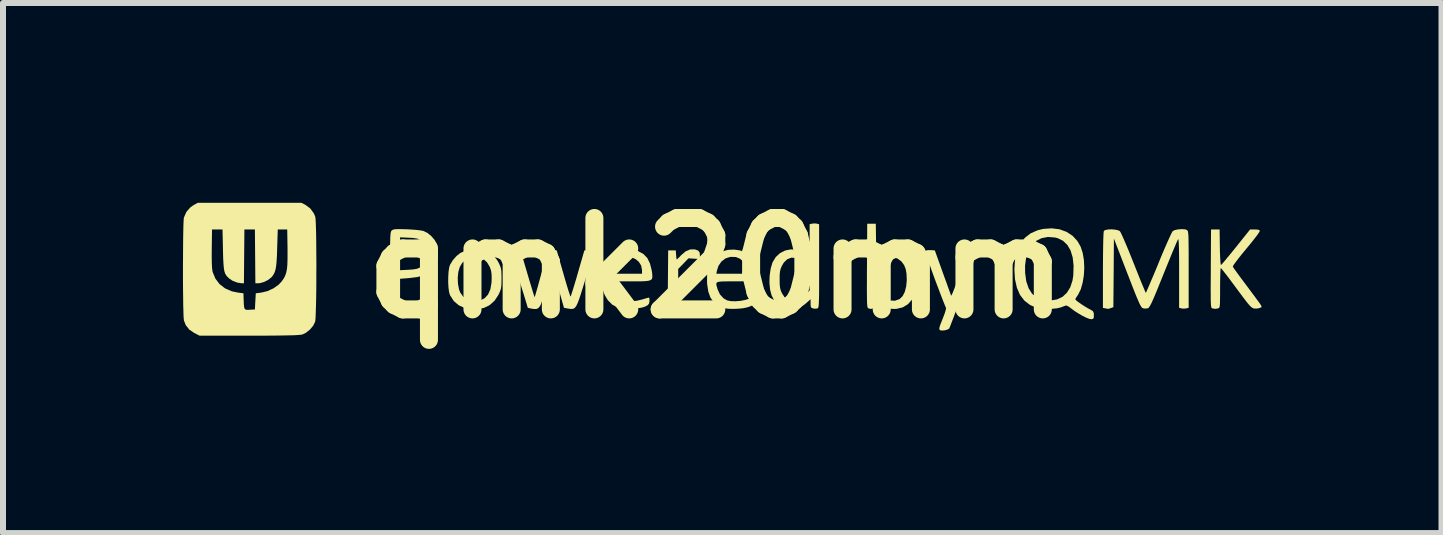
<source format=kicad_pcb>
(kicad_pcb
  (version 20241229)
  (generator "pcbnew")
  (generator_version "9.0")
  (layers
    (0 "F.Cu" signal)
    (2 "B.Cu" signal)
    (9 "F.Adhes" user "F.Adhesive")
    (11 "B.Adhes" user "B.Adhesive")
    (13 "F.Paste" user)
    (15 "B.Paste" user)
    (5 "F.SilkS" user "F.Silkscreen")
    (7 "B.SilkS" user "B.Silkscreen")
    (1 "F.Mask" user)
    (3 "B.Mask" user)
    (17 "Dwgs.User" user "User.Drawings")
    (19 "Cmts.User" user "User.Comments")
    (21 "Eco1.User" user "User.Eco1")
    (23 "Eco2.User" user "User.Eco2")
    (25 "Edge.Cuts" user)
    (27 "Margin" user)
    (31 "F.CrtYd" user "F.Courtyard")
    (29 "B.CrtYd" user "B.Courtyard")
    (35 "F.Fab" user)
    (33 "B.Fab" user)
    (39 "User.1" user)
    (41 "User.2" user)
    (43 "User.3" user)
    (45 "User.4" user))
  (footprint "qmk20mm"
    (layer "F.Cu")
    (at 8.89 1.418)
    (property "Reference" "qmk20mm" (at 0 0 0) (layer "F.SilkS") (effects (font (size 1.524 1.524) (thickness 0.3))))
    (attr board_only exclude_from_pos_files exclude_from_bom)
    (fp_poly (pts (xy -0.304 -0.292) (xy -0.277 -0.258) (xy -0.273 -0.204) (xy -0.273 -0.203) (xy -0.278 -0.151) (xy -0.371 -0.156) (xy -0.464 -0.162) (xy -0.549 -0.073) (xy -0.635 0.015) (xy -0.635 0.321) (xy -0.636 0.417) (xy -0.638 0.503) (xy -0.64 0.574) (xy -0.644 0.623) (xy -0.648 0.646) (xy -0.648 0.647) (xy -0.677 0.667) (xy -0.721 0.676) (xy -0.764 0.672) (xy -0.782 0.664) (xy -0.79 0.656) (xy -0.796 0.643) (xy -0.801 0.621) (xy -0.804 0.588) (xy -0.806 0.539) (xy -0.807 0.471) (xy -0.807 0.38) (xy -0.807 0.263) (xy -0.806 0.175) (xy -0.802 -0.294) (xy -0.675 -0.294) (xy -0.67 -0.218) (xy -0.666 -0.174) (xy -0.661 -0.147) (xy -0.658 -0.143) (xy -0.645 -0.154) (xy -0.617 -0.181) (xy -0.586 -0.214) (xy -0.512 -0.277) (xy -0.436 -0.31) (xy -0.358 -0.311)) (stroke (width 0) (type solid)) (fill yes) (layer "F.SilkS"))
    (fp_poly (pts (xy -5.251 -0.648) (xy -5.16 -0.646) (xy -5.159 -0.646) (xy -5.074 -0.641) (xy -4.994 -0.635) (xy -4.928 -0.627) (xy -4.885 -0.619) (xy -4.882 -0.618) (xy -4.816 -0.586) (xy -4.751 -0.533) (xy -4.695 -0.468) (xy -4.658 -0.4) (xy -4.651 -0.381) (xy -4.639 -0.297) (xy -4.642 -0.202) (xy -4.658 -0.112) (xy -4.681 -0.053) (xy -4.731 0.022) (xy -4.797 0.08) (xy -4.884 0.123) (xy -4.994 0.152) (xy -5.129 0.168) (xy -5.271 0.179) (xy -5.271 0.421) (xy -5.271 0.513) (xy -5.272 0.579) (xy -5.274 0.622) (xy -5.279 0.649) (xy -5.286 0.663) (xy -5.297 0.67) (xy -5.306 0.673) (xy -5.348 0.681) (xy -5.384 0.676) (xy -5.41 0.666) (xy -5.446 0.652) (xy -5.442 0.023) (xy -5.441 -0.135) (xy -5.439 -0.264) (xy -5.438 -0.368) (xy -5.436 -0.448) (xy -5.434 -0.51) (xy -5.434 -0.512) (xy -5.271 -0.512) (xy -5.271 0.036) (xy -5.131 0.029) (xy -5.052 0.023) (xy -4.996 0.014) (xy -4.954 -0.002) (xy -4.933 -0.013) (xy -4.876 -0.065) (xy -4.836 -0.135) (xy -4.815 -0.215) (xy -4.815 -0.295) (xy -4.837 -0.368) (xy -4.853 -0.393) (xy -4.892 -0.44) (xy -4.933 -0.471) (xy -4.983 -0.49) (xy -5.05 -0.501) (xy -5.12 -0.505) (xy -5.271 -0.512) (xy -5.434 -0.512) (xy -5.431 -0.554) (xy -5.428 -0.585) (xy -5.423 -0.605) (xy -5.417 -0.618) (xy -5.41 -0.626) (xy -5.405 -0.63) (xy -5.387 -0.64) (xy -5.358 -0.646) (xy -5.315 -0.649)) (stroke (width 0) (type solid)) (fill yes) (layer "F.SilkS"))
    (fp_poly (pts (xy 4.31 -0.296) (xy 4.332 -0.287) (xy 4.335 -0.278) (xy 4.333 -0.258) (xy 4.325 -0.223) (xy 4.31 -0.171) (xy 4.287 -0.101) (xy 4.256 -0.009) (xy 4.216 0.106) (xy 4.165 0.247) (xy 4.126 0.357) (xy 4.077 0.492) (xy 4.031 0.618) (xy 3.989 0.732) (xy 3.952 0.831) (xy 3.921 0.911) (xy 3.899 0.969) (xy 3.885 1.003) (xy 3.882 1.009) (xy 3.855 1.025) (xy 3.811 1.038) (xy 3.765 1.042) (xy 3.735 1.038) (xy 3.722 1.029) (xy 3.717 1.014) (xy 3.721 0.986) (xy 3.735 0.942) (xy 3.761 0.877) (xy 3.778 0.834) (xy 3.807 0.758) (xy 3.824 0.702) (xy 3.83 0.667) (xy 3.828 0.66) (xy 3.819 0.642) (xy 3.801 0.597) (xy 3.774 0.53) (xy 3.741 0.444) (xy 3.703 0.344) (xy 3.661 0.233) (xy 3.643 0.185) (xy 3.59 0.04) (xy 3.548 -0.08) (xy 3.516 -0.173) (xy 3.496 -0.24) (xy 3.488 -0.278) (xy 3.489 -0.288) (xy 3.513 -0.297) (xy 3.555 -0.299) (xy 3.574 -0.299) (xy 3.643 -0.294) (xy 3.774 0.071) (xy 3.811 0.174) (xy 3.845 0.267) (xy 3.873 0.347) (xy 3.896 0.409) (xy 3.91 0.448) (xy 3.915 0.46) (xy 3.922 0.453) (xy 3.938 0.419) (xy 3.961 0.362) (xy 3.99 0.286) (xy 4.022 0.195) (xy 4.051 0.111) (xy 4.087 0.007) (xy 4.12 -0.087) (xy 4.149 -0.167) (xy 4.172 -0.23) (xy 4.188 -0.269) (xy 4.195 -0.282) (xy 4.223 -0.296) (xy 4.266 -0.301)) (stroke (width 0) (type solid)) (fill yes) (layer "F.SilkS"))
    (fp_poly (pts (xy -3.909 -0.301) (xy -3.805 -0.269) (xy -3.722 -0.216) (xy -3.656 -0.137) (xy -3.627 -0.087) (xy -3.606 -0.041) (xy -3.592 -0.002) (xy -3.584 0.041) (xy -3.581 0.096) (xy -3.58 0.173) (xy -3.58 0.175) (xy -3.581 0.252) (xy -3.584 0.308) (xy -3.592 0.351) (xy -3.606 0.392) (xy -3.628 0.44) (xy -3.631 0.446) (xy -3.696 0.545) (xy -3.779 0.619) (xy -3.872 0.664) (xy -3.921 0.674) (xy -3.989 0.68) (xy -4.064 0.681) (xy -4.134 0.677) (xy -4.186 0.669) (xy -4.191 0.668) (xy -4.293 0.621) (xy -4.375 0.551) (xy -4.437 0.455) (xy -4.441 0.447) (xy -4.455 0.396) (xy -4.464 0.324) (xy -4.469 0.238) (xy -4.468 0.161) (xy -4.31 0.161) (xy -4.306 0.262) (xy -4.289 0.355) (xy -4.269 0.407) (xy -4.216 0.481) (xy -4.146 0.529) (xy -4.061 0.552) (xy -3.966 0.547) (xy -3.936 0.54) (xy -3.861 0.503) (xy -3.805 0.442) (xy -3.766 0.355) (xy -3.747 0.245) (xy -3.744 0.178) (xy -3.746 0.102) (xy -3.754 0.046) (xy -3.769 -0.001) (xy -3.781 -0.028) (xy -3.821 -0.094) (xy -3.866 -0.136) (xy -3.925 -0.159) (xy -4.004 -0.167) (xy -4.022 -0.167) (xy -4.113 -0.159) (xy -4.183 -0.133) (xy -4.235 -0.086) (xy -4.276 -0.017) (xy -4.3 0.064) (xy -4.31 0.161) (xy -4.468 0.161) (xy -4.468 0.149) (xy -4.463 0.064) (xy -4.453 -0.007) (xy -4.44 -0.051) (xy -4.394 -0.127) (xy -4.332 -0.199) (xy -4.265 -0.252) (xy -4.189 -0.285) (xy -4.095 -0.305) (xy -3.993 -0.31)) (stroke (width 0) (type solid)) (fill yes) (layer "F.SilkS"))
    (fp_poly (pts (xy 0.394 -0.294) (xy 0.484 -0.259) (xy 0.559 -0.205) (xy 0.589 -0.17) (xy 0.634 -0.092) (xy 0.66 -0.003) (xy 0.67 0.104) (xy 0.668 0.165) (xy 0.657 0.2) (xy 0.65 0.207) (xy 0.627 0.212) (xy 0.579 0.216) (xy 0.509 0.219) (xy 0.423 0.221) (xy 0.326 0.222) (xy 0.314 0.222) (xy 0.203 0.222) (xy 0.12 0.223) (xy 0.062 0.226) (xy 0.025 0.233) (xy 0.005 0.246) (xy -0.000323 0.267) (xy 0.005 0.296) (xy 0.017 0.337) (xy 0.023 0.359) (xy 0.062 0.441) (xy 0.12 0.504) (xy 0.18 0.539) (xy 0.241 0.552) (xy 0.321 0.554) (xy 0.407 0.547) (xy 0.486 0.531) (xy 0.508 0.524) (xy 0.569 0.503) (xy 0.607 0.495) (xy 0.627 0.501) (xy 0.634 0.52) (xy 0.635 0.546) (xy 0.631 0.584) (xy 0.617 0.611) (xy 0.585 0.631) (xy 0.53 0.651) (xy 0.509 0.657) (xy 0.447 0.67) (xy 0.368 0.678) (xy 0.284 0.681) (xy 0.205 0.679) (xy 0.143 0.672) (xy 0.127 0.668) (xy 0.031 0.628) (xy -0.043 0.57) (xy -0.097 0.493) (xy -0.133 0.394) (xy -0.152 0.27) (xy -0.154 0.23) (xy -0.153 0.101) (xy -0.152 0.095) (xy 0.001 0.095) (xy 0.508 0.095) (xy 0.508 0.046) (xy 0.494 -0.032) (xy 0.455 -0.102) (xy 0.397 -0.154) (xy 0.326 -0.184) (xy 0.324 -0.184) (xy 0.234 -0.186) (xy 0.153 -0.16) (xy 0.086 -0.109) (xy 0.036 -0.036) (xy 0.011 0.044) (xy 0.001 0.095) (xy -0.152 0.095) (xy -0.135 -0.006) (xy -0.098 -0.099) (xy -0.056 -0.165) (xy 0.013 -0.231) (xy 0.098 -0.277) (xy 0.195 -0.303) (xy 0.295 -0.308)) (stroke (width 0) (type solid)) (fill yes) (layer "F.SilkS"))
    (fp_poly (pts (xy 2.663 -0.456) (xy 2.665 -0.366) (xy 2.667 -0.287) (xy 2.67 -0.226) (xy 2.673 -0.187) (xy 2.675 -0.175) (xy 2.691 -0.183) (xy 2.723 -0.206) (xy 2.752 -0.228) (xy 2.847 -0.283) (xy 2.945 -0.309) (xy 3.042 -0.306) (xy 3.132 -0.276) (xy 3.212 -0.221) (xy 3.278 -0.14) (xy 3.303 -0.091) (xy 3.325 -0.02) (xy 3.338 0.072) (xy 3.343 0.174) (xy 3.34 0.275) (xy 3.328 0.367) (xy 3.314 0.421) (xy 3.264 0.525) (xy 3.195 0.603) (xy 3.109 0.655) (xy 3.007 0.68) (xy 2.964 0.682) (xy 2.889 0.677) (xy 2.824 0.657) (xy 2.756 0.618) (xy 2.711 0.584) (xy 2.651 0.537) (xy 2.651 0.6) (xy 2.648 0.643) (xy 2.634 0.665) (xy 2.615 0.673) (xy 2.584 0.68) (xy 2.572 0.681) (xy 2.551 0.676) (xy 2.536 0.672) (xy 2.529 0.668) (xy 2.524 0.66) (xy 2.519 0.645) (xy 2.516 0.619) (xy 2.513 0.581) (xy 2.512 0.526) (xy 2.511 0.453) (xy 2.511 0.374) (xy 2.667 0.374) (xy 2.736 0.442) (xy 2.817 0.506) (xy 2.898 0.541) (xy 2.978 0.545) (xy 3.053 0.518) (xy 3.061 0.513) (xy 3.106 0.468) (xy 3.142 0.398) (xy 3.165 0.309) (xy 3.175 0.209) (xy 3.175 0.198) (xy 3.171 0.095) (xy 3.157 0.016) (xy 3.132 -0.047) (xy 3.093 -0.101) (xy 3.08 -0.115) (xy 3.018 -0.16) (xy 2.951 -0.176) (xy 2.88 -0.161) (xy 2.802 -0.116) (xy 2.734 -0.058) (xy 2.667 0.007) (xy 2.667 0.374) (xy 2.511 0.374) (xy 2.51 0.359) (xy 2.511 0.241) (xy 2.511 0.096) (xy 2.512 -0.037) (xy 2.516 -0.738) (xy 2.659 -0.738)) (stroke (width 0) (type solid)) (fill yes) (layer "F.SilkS"))
    (fp_poly (pts (xy -1.349 -0.295) (xy -1.298 -0.28) (xy -1.215 -0.234) (xy -1.15 -0.167) (xy -1.105 -0.075) (xy -1.076 0.041) (xy -1.07 0.08) (xy -1.066 0.125) (xy -1.066 0.159) (xy -1.075 0.185) (xy -1.097 0.202) (xy -1.134 0.213) (xy -1.191 0.219) (xy -1.271 0.222) (xy -1.377 0.222) (xy -1.427 0.222) (xy -1.741 0.222) (xy -1.729 0.31) (xy -1.704 0.4) (xy -1.659 0.473) (xy -1.598 0.524) (xy -1.578 0.533) (xy -1.508 0.551) (xy -1.42 0.554) (xy -1.324 0.545) (xy -1.236 0.524) (xy -1.183 0.508) (xy -1.142 0.497) (xy -1.122 0.492) (xy -1.115 0.506) (xy -1.114 0.541) (xy -1.114 0.552) (xy -1.121 0.592) (xy -1.141 0.617) (xy -1.18 0.64) (xy -1.183 0.641) (xy -1.237 0.659) (xy -1.314 0.671) (xy -1.401 0.678) (xy -1.49 0.68) (xy -1.57 0.675) (xy -1.631 0.664) (xy -1.639 0.661) (xy -1.734 0.61) (xy -1.808 0.536) (xy -1.852 0.464) (xy -1.872 0.421) (xy -1.885 0.382) (xy -1.893 0.339) (xy -1.896 0.284) (xy -1.897 0.206) (xy -1.897 0.198) (xy -1.896 0.116) (xy -1.895 0.095) (xy -1.73 0.095) (xy -1.238 0.095) (xy -1.238 0.034) (xy -1.252 -0.041) (xy -1.291 -0.103) (xy -1.347 -0.15) (xy -1.416 -0.179) (xy -1.491 -0.187) (xy -1.567 -0.172) (xy -1.618 -0.144) (xy -1.664 -0.099) (xy -1.702 -0.039) (xy -1.726 0.023) (xy -1.73 0.055) (xy -1.73 0.095) (xy -1.895 0.095) (xy -1.892 0.056) (xy -1.884 0.009) (xy -1.871 -0.032) (xy -1.86 -0.059) (xy -1.812 -0.138) (xy -1.748 -0.209) (xy -1.676 -0.264) (xy -1.626 -0.287) (xy -1.541 -0.305) (xy -1.443 -0.307)) (stroke (width 0) (type solid)) (fill yes) (layer "F.SilkS"))
    (fp_poly (pts (xy 1.675 -0.74) (xy 1.714 -0.73) (xy 1.714 -0.033) (xy 1.714 0.134) (xy 1.714 0.272) (xy 1.714 0.384) (xy 1.713 0.473) (xy 1.711 0.541) (xy 1.709 0.591) (xy 1.706 0.626) (xy 1.703 0.65) (xy 1.698 0.663) (xy 1.692 0.671) (xy 1.685 0.674) (xy 1.684 0.674) (xy 1.645 0.678) (xy 1.613 0.674) (xy 1.587 0.663) (xy 1.575 0.644) (xy 1.572 0.604) (xy 1.572 0.592) (xy 1.572 0.52) (xy 1.508 0.577) (xy 1.46 0.616) (xy 1.408 0.648) (xy 1.387 0.658) (xy 1.308 0.679) (xy 1.217 0.681) (xy 1.13 0.667) (xy 1.085 0.65) (xy 1.018 0.602) (xy 0.96 0.531) (xy 0.921 0.453) (xy 0.896 0.356) (xy 0.886 0.242) (xy 0.887 0.191) (xy 1.056 0.191) (xy 1.057 0.267) (xy 1.062 0.322) (xy 1.072 0.366) (xy 1.089 0.408) (xy 1.095 0.421) (xy 1.139 0.488) (xy 1.191 0.528) (xy 1.244 0.55) (xy 1.29 0.553) (xy 1.342 0.539) (xy 1.362 0.531) (xy 1.407 0.506) (xy 1.459 0.467) (xy 1.488 0.44) (xy 1.556 0.374) (xy 1.556 -0.012) (xy 1.493 -0.069) (xy 1.407 -0.133) (xy 1.326 -0.168) (xy 1.251 -0.173) (xy 1.185 -0.148) (xy 1.127 -0.093) (xy 1.094 -0.037) (xy 1.075 0.006) (xy 1.063 0.05) (xy 1.057 0.104) (xy 1.056 0.178) (xy 1.056 0.191) (xy 0.887 0.191) (xy 0.89 0.122) (xy 0.907 0.007) (xy 0.937 -0.093) (xy 0.938 -0.095) (xy 0.991 -0.183) (xy 1.063 -0.249) (xy 1.148 -0.292) (xy 1.241 -0.311) (xy 1.336 -0.305) (xy 1.428 -0.271) (xy 1.491 -0.228) (xy 1.556 -0.172) (xy 1.556 -0.73) (xy 1.595 -0.74) (xy 1.643 -0.744)) (stroke (width 0) (type solid)) (fill yes) (layer "F.SilkS"))
    (fp_poly (pts (xy 8.394 -0.344) (xy 8.396 -0.246) (xy 8.4 -0.163) (xy 8.404 -0.1) (xy 8.408 -0.062) (xy 8.413 -0.05) (xy 8.427 -0.064) (xy 8.457 -0.098) (xy 8.501 -0.151) (xy 8.557 -0.218) (xy 8.62 -0.296) (xy 8.663 -0.349) (xy 8.898 -0.643) (xy 8.977 -0.643) (xy 9.029 -0.64) (xy 9.055 -0.63) (xy 9.061 -0.619) (xy 9.052 -0.601) (xy 9.026 -0.562) (xy 8.984 -0.506) (xy 8.931 -0.438) (xy 8.868 -0.361) (xy 8.834 -0.32) (xy 8.763 -0.234) (xy 8.703 -0.159) (xy 8.656 -0.097) (xy 8.624 -0.052) (xy 8.611 -0.026) (xy 8.61 -0.023) (xy 8.622 -0.004) (xy 8.65 0.036) (xy 8.691 0.093) (xy 8.743 0.164) (xy 8.803 0.244) (xy 8.831 0.281) (xy 8.894 0.366) (xy 8.953 0.445) (xy 9.003 0.513) (xy 9.042 0.566) (xy 9.067 0.6) (xy 9.071 0.607) (xy 9.089 0.637) (xy 9.087 0.653) (xy 9.061 0.665) (xy 9.056 0.667) (xy 9.009 0.676) (xy 8.961 0.674) (xy 8.944 0.668) (xy 8.924 0.656) (xy 8.901 0.635) (xy 8.87 0.601) (xy 8.831 0.552) (xy 8.78 0.485) (xy 8.714 0.397) (xy 8.666 0.332) (xy 8.6 0.243) (xy 8.54 0.162) (xy 8.488 0.095) (xy 8.447 0.043) (xy 8.42 0.01) (xy 8.41 0) (xy 8.406 0.015) (xy 8.403 0.057) (xy 8.401 0.122) (xy 8.399 0.204) (xy 8.398 0.3) (xy 8.398 0.332) (xy 8.398 0.442) (xy 8.397 0.525) (xy 8.396 0.584) (xy 8.393 0.624) (xy 8.389 0.649) (xy 8.382 0.663) (xy 8.373 0.669) (xy 8.362 0.673) (xy 8.323 0.68) (xy 8.287 0.676) (xy 8.267 0.672) (xy 8.26 0.668) (xy 8.254 0.66) (xy 8.25 0.644) (xy 8.246 0.618) (xy 8.244 0.578) (xy 8.242 0.522) (xy 8.242 0.447) (xy 8.241 0.349) (xy 8.242 0.227) (xy 8.243 0.078) (xy 8.243 0.011) (xy 8.247 -0.643) (xy 8.39 -0.643)) (stroke (width 0) (type solid)) (fill yes) (layer "F.SilkS"))
    (fp_poly (pts (xy 5.721 -0.646) (xy 5.839 -0.603) (xy 5.94 -0.537) (xy 6.022 -0.447) (xy 6.074 -0.355) (xy 6.108 -0.251) (xy 6.128 -0.132) (xy 6.134 -0.005) (xy 6.127 0.123) (xy 6.107 0.245) (xy 6.076 0.354) (xy 6.032 0.443) (xy 6.016 0.466) (xy 5.994 0.499) (xy 5.985 0.523) (xy 5.985 0.523) (xy 5.998 0.538) (xy 6.032 0.565) (xy 6.081 0.6) (xy 6.138 0.637) (xy 6.198 0.673) (xy 6.247 0.699) (xy 6.279 0.72) (xy 6.292 0.749) (xy 6.294 0.786) (xy 6.292 0.828) (xy 6.281 0.847) (xy 6.255 0.853) (xy 6.255 0.853) (xy 6.221 0.848) (xy 6.168 0.828) (xy 6.106 0.798) (xy 6.098 0.793) (xy 6.033 0.755) (xy 5.969 0.714) (xy 5.92 0.677) (xy 5.915 0.673) (xy 5.875 0.643) (xy 5.84 0.626) (xy 5.826 0.625) (xy 5.797 0.636) (xy 5.753 0.652) (xy 5.739 0.657) (xy 5.682 0.671) (xy 5.604 0.679) (xy 5.518 0.682) (xy 5.434 0.678) (xy 5.363 0.669) (xy 5.344 0.664) (xy 5.23 0.616) (xy 5.137 0.544) (xy 5.063 0.448) (xy 5.011 0.329) (xy 4.979 0.187) (xy 4.969 0.025) (xy 4.973 -0.04) (xy 5.147 -0.04) (xy 5.148 0.079) (xy 5.167 0.221) (xy 5.206 0.336) (xy 5.263 0.427) (xy 5.339 0.492) (xy 5.382 0.514) (xy 5.443 0.531) (xy 5.522 0.538) (xy 5.605 0.536) (xy 5.679 0.523) (xy 5.685 0.521) (xy 5.773 0.479) (xy 5.845 0.411) (xy 5.901 0.32) (xy 5.938 0.208) (xy 5.951 0.12) (xy 5.956 -0.038) (xy 5.941 -0.176) (xy 5.906 -0.292) (xy 5.852 -0.385) (xy 5.78 -0.454) (xy 5.69 -0.498) (xy 5.646 -0.509) (xy 5.528 -0.518) (xy 5.423 -0.498) (xy 5.333 -0.453) (xy 5.259 -0.383) (xy 5.203 -0.29) (xy 5.165 -0.175) (xy 5.147 -0.04) (xy 4.973 -0.04) (xy 4.98 -0.141) (xy 5.013 -0.285) (xy 5.068 -0.406) (xy 5.144 -0.504) (xy 5.241 -0.579) (xy 5.36 -0.631) (xy 5.449 -0.652) (xy 5.591 -0.662)) (stroke (width 0) (type solid)) (fill yes) (layer "F.SilkS"))
    (fp_poly (pts (xy 7.814 -0.645) (xy 7.84 -0.636) (xy 7.848 -0.631) (xy 7.855 -0.624) (xy 7.861 -0.612) (xy 7.865 -0.591) (xy 7.868 -0.56) (xy 7.871 -0.514) (xy 7.872 -0.452) (xy 7.873 -0.369) (xy 7.874 -0.264) (xy 7.874 -0.132) (xy 7.874 0.023) (xy 7.874 0.663) (xy 7.834 0.673) (xy 7.786 0.677) (xy 7.755 0.673) (xy 7.715 0.663) (xy 7.715 0.082) (xy 7.715 -0.09) (xy 7.714 -0.231) (xy 7.712 -0.34) (xy 7.709 -0.418) (xy 7.705 -0.466) (xy 7.7 -0.483) (xy 7.699 -0.482) (xy 7.69 -0.465) (xy 7.67 -0.421) (xy 7.642 -0.354) (xy 7.605 -0.267) (xy 7.563 -0.164) (xy 7.516 -0.049) (xy 7.465 0.076) (xy 7.457 0.096) (xy 7.398 0.242) (xy 7.35 0.361) (xy 7.311 0.455) (xy 7.279 0.529) (xy 7.254 0.584) (xy 7.234 0.622) (xy 7.218 0.648) (xy 7.205 0.664) (xy 7.193 0.671) (xy 7.191 0.672) (xy 7.14 0.676) (xy 7.111 0.67) (xy 7.099 0.663) (xy 7.087 0.649) (xy 7.072 0.626) (xy 7.054 0.591) (xy 7.032 0.541) (xy 7.003 0.474) (xy 6.968 0.386) (xy 6.924 0.274) (xy 6.871 0.137) (xy 6.849 0.081) (xy 6.628 -0.492) (xy 6.624 0.08) (xy 6.619 0.652) (xy 6.579 0.667) (xy 6.545 0.678) (xy 6.528 0.68) (xy 6.505 0.676) (xy 6.481 0.671) (xy 6.445 0.665) (xy 6.445 0.035) (xy 6.446 -0.118) (xy 6.447 -0.256) (xy 6.449 -0.376) (xy 6.451 -0.475) (xy 6.454 -0.55) (xy 6.457 -0.599) (xy 6.461 -0.619) (xy 6.486 -0.634) (xy 6.533 -0.643) (xy 6.591 -0.645) (xy 6.649 -0.64) (xy 6.699 -0.629) (xy 6.727 -0.615) (xy 6.74 -0.594) (xy 6.763 -0.547) (xy 6.794 -0.477) (xy 6.832 -0.389) (xy 6.875 -0.286) (xy 6.921 -0.172) (xy 6.955 -0.087) (xy 7.002 0.031) (xy 7.045 0.139) (xy 7.083 0.234) (xy 7.116 0.312) (xy 7.14 0.37) (xy 7.155 0.405) (xy 7.16 0.413) (xy 7.168 0.399) (xy 7.186 0.358) (xy 7.213 0.296) (xy 7.248 0.213) (xy 7.29 0.115) (xy 7.336 0.005) (xy 7.374 -0.088) (xy 7.423 -0.208) (xy 7.47 -0.318) (xy 7.513 -0.417) (xy 7.55 -0.499) (xy 7.579 -0.562) (xy 7.6 -0.602) (xy 7.608 -0.615) (xy 7.644 -0.633) (xy 7.699 -0.644) (xy 7.76 -0.649)) (stroke (width 0) (type solid)) (fill yes) (layer "F.SilkS"))
    (fp_poly (pts (xy -3.332 -0.299) (xy -3.263 -0.294) (xy -3.149 0.092) (xy -3.118 0.198) (xy -3.089 0.292) (xy -3.065 0.373) (xy -3.046 0.434) (xy -3.034 0.473) (xy -3.029 0.485) (xy -3.023 0.472) (xy -3.011 0.432) (xy -2.993 0.37) (xy -2.97 0.289) (xy -2.944 0.194) (xy -2.921 0.11) (xy -2.893 0.004) (xy -2.865 -0.091) (xy -2.841 -0.173) (xy -2.821 -0.236) (xy -2.807 -0.275) (xy -2.8 -0.287) (xy -2.772 -0.297) (xy -2.729 -0.299) (xy -2.72 -0.299) (xy -2.66 -0.294) (xy -2.549 0.091) (xy -2.519 0.196) (xy -2.491 0.29) (xy -2.467 0.369) (xy -2.447 0.429) (xy -2.435 0.466) (xy -2.43 0.476) (xy -2.423 0.461) (xy -2.409 0.42) (xy -2.389 0.357) (xy -2.364 0.275) (xy -2.335 0.179) (xy -2.31 0.091) (xy -2.199 -0.294) (xy -2.131 -0.299) (xy -2.082 -0.298) (xy -2.058 -0.286) (xy -2.054 -0.28) (xy -2.057 -0.259) (xy -2.067 -0.212) (xy -2.085 -0.143) (xy -2.11 -0.055) (xy -2.14 0.047) (xy -2.173 0.16) (xy -2.185 0.199) (xy -2.227 0.335) (xy -2.261 0.443) (xy -2.289 0.527) (xy -2.313 0.589) (xy -2.335 0.633) (xy -2.356 0.661) (xy -2.377 0.676) (xy -2.402 0.682) (xy -2.432 0.681) (xy -2.468 0.676) (xy -2.473 0.675) (xy -2.514 0.668) (xy -2.538 0.662) (xy -2.54 0.661) (xy -2.544 0.645) (xy -2.556 0.603) (xy -2.574 0.54) (xy -2.597 0.459) (xy -2.624 0.366) (xy -2.635 0.327) (xy -2.663 0.229) (xy -2.688 0.143) (xy -2.708 0.071) (xy -2.723 0.019) (xy -2.73 -0.009) (xy -2.731 -0.013) (xy -2.738 -0.013) (xy -2.744 -0.007) (xy -2.752 0.012) (xy -2.766 0.057) (xy -2.786 0.124) (xy -2.81 0.207) (xy -2.835 0.301) (xy -2.843 0.331) (xy -2.874 0.447) (xy -2.9 0.536) (xy -2.922 0.601) (xy -2.945 0.644) (xy -2.969 0.67) (xy -2.998 0.682) (xy -3.034 0.683) (xy -3.08 0.677) (xy -3.108 0.671) (xy -3.135 0.664) (xy -3.143 0.66) (xy -3.148 0.644) (xy -3.16 0.601) (xy -3.18 0.536) (xy -3.206 0.451) (xy -3.237 0.352) (xy -3.271 0.24) (xy -3.286 0.19) (xy -3.324 0.065) (xy -3.357 -0.045) (xy -3.383 -0.139) (xy -3.402 -0.213) (xy -3.413 -0.264) (xy -3.416 -0.288) (xy -3.416 -0.29) (xy -3.392 -0.297) (xy -3.35 -0.299)) (stroke (width 0) (type solid)) (fill yes) (layer "F.SilkS"))
    (fp_poly (pts (xy -6.847 -1.052) (xy -6.768 -0.993) (xy -6.709 -0.912) (xy -6.686 -0.859) (xy -6.681 -0.83) (xy -6.677 -0.772) (xy -6.674 -0.691) (xy -6.671 -0.589) (xy -6.669 -0.47) (xy -6.668 -0.338) (xy -6.667 -0.197) (xy -6.666 -0.05) (xy -6.667 0.098) (xy -6.667 0.244) (xy -6.668 0.385) (xy -6.67 0.516) (xy -6.673 0.633) (xy -6.676 0.734) (xy -6.679 0.814) (xy -6.683 0.87) (xy -6.687 0.895) (xy -6.72 0.962) (xy -6.775 1.027) (xy -6.84 1.079) (xy -6.9 1.108) (xy -6.925 1.112) (xy -6.969 1.116) (xy -7.032 1.12) (xy -7.117 1.122) (xy -7.225 1.124) (xy -7.359 1.126) (xy -7.52 1.127) (xy -7.71 1.127) (xy -7.79 1.127) (xy -8.614 1.127) (xy -8.701 1.083) (xy -8.785 1.026) (xy -8.844 0.951) (xy -8.874 0.875) (xy -8.877 0.846) (xy -8.881 0.789) (xy -8.883 0.708) (xy -8.886 0.606) (xy -8.887 0.488) (xy -8.889 0.357) (xy -8.89 0.217) (xy -8.89 0.072) (xy -8.89 -0.075) (xy -8.889 -0.183) (xy -8.411 -0.183) (xy -8.409 -0.071) (xy -8.404 0.011) (xy -8.396 0.062) (xy -8.396 0.064) (xy -8.35 0.176) (xy -8.28 0.268) (xy -8.188 0.339) (xy -8.076 0.388) (xy -7.974 0.409) (xy -7.882 0.421) (xy -7.878 0.54) (xy -7.875 0.612) (xy -7.869 0.659) (xy -7.858 0.685) (xy -7.837 0.696) (xy -7.803 0.697) (xy -7.775 0.695) (xy -7.691 0.691) (xy -7.684 0.556) (xy -7.676 0.421) (xy -7.583 0.409) (xy -7.482 0.385) (xy -7.383 0.339) (xy -7.297 0.279) (xy -7.245 0.224) (xy -7.213 0.178) (xy -7.188 0.132) (xy -7.17 0.08) (xy -7.157 0.019) (xy -7.15 -0.058) (xy -7.147 -0.155) (xy -7.147 -0.276) (xy -7.147 -0.327) (xy -7.152 -0.643) (xy -7.31 -0.643) (xy -7.32 -0.325) (xy -7.324 -0.2) (xy -7.33 -0.102) (xy -7.338 -0.026) (xy -7.349 0.032) (xy -7.365 0.078) (xy -7.385 0.116) (xy -7.412 0.15) (xy -7.418 0.157) (xy -7.472 0.199) (xy -7.54 0.233) (xy -7.609 0.252) (xy -7.632 0.254) (xy -7.683 0.254) (xy -7.691 -0.643) (xy -7.866 -0.643) (xy -7.874 0.254) (xy -7.91 0.254) (xy -7.987 0.242) (xy -8.065 0.211) (xy -8.112 0.18) (xy -8.144 0.152) (xy -8.168 0.124) (xy -8.187 0.092) (xy -8.2 0.051) (xy -8.209 -0.002) (xy -8.215 -0.074) (xy -8.22 -0.167) (xy -8.223 -0.288) (xy -8.223 -0.302) (xy -8.231 -0.643) (xy -8.406 -0.643) (xy -8.41 -0.325) (xy -8.411 -0.183) (xy -8.889 -0.183) (xy -8.889 -0.219) (xy -8.888 -0.357) (xy -8.887 -0.486) (xy -8.885 -0.6) (xy -8.883 -0.697) (xy -8.88 -0.773) (xy -8.877 -0.824) (xy -8.874 -0.843) (xy -8.832 -0.937) (xy -8.766 -1.012) (xy -8.715 -1.048) (xy -8.644 -1.087) (xy -6.914 -1.087)) (stroke (width 0) (type solid)) (fill yes) (layer "F.SilkS")))
  (gr_rect
    (start -3 -3)
    (end 20.979 5.836)
    (stroke (width 0.1) (type default))
    (fill no)
    (layer "Edge.Cuts")))
</source>
